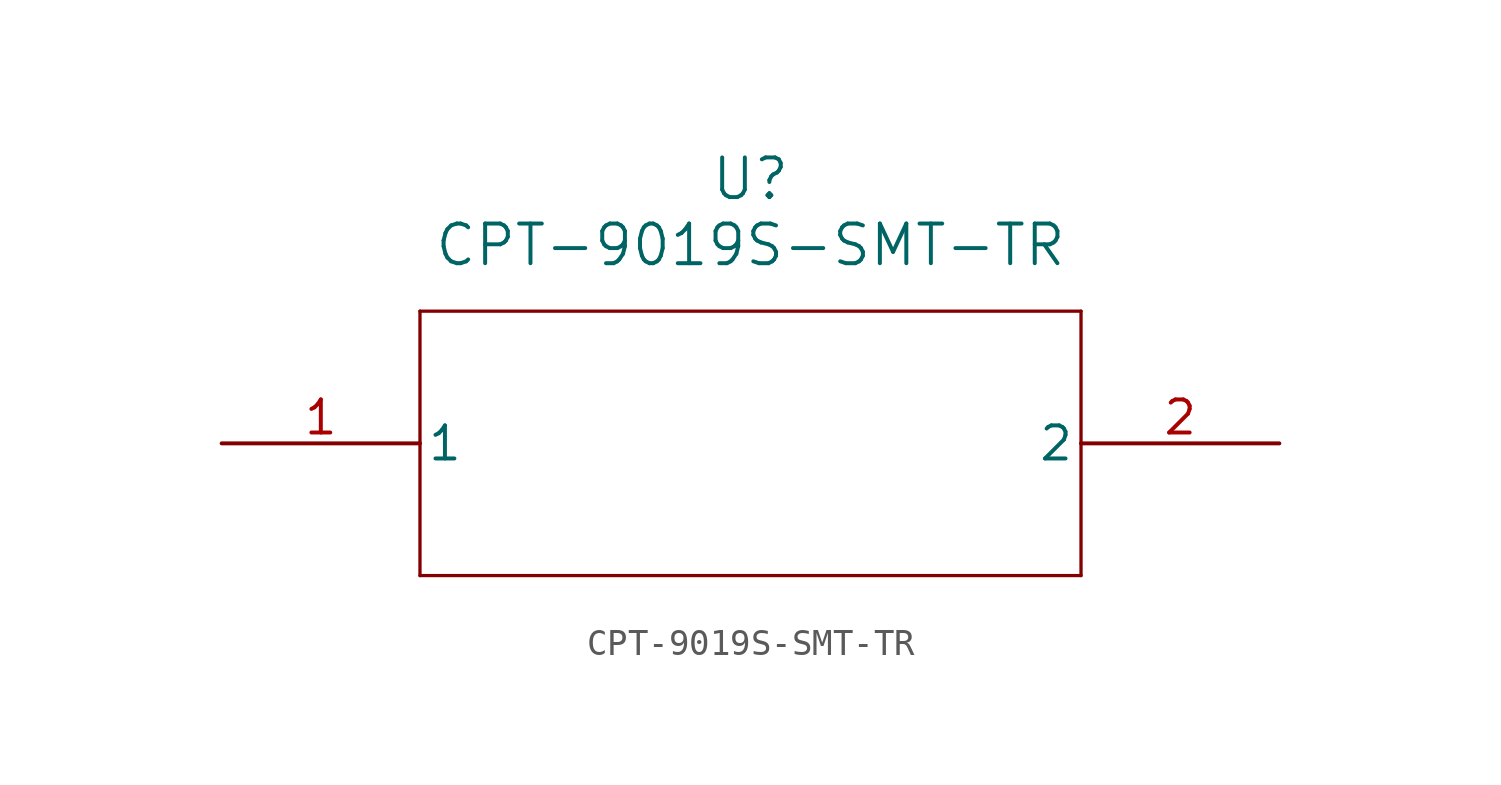
<source format=kicad_sym>
(kicad_symbol_lib
  (version 20211014)
  (generator kicad_symbol_editor)
  (symbol "CPT-9019S-SMT-TR"
    (pin_names
      (offset 0.254))
    (property "Reference" "U"
      (at 20.32 10.16 0)
      (effects (font (size 1.524 1.524))))
    (property "Value" "CPT-9019S-SMT-TR"
      (at 20.32 7.62 0)
      (effects (font (size 1.524 1.524))))
    (symbol "CPT-9019S-SMT-TR_0_1"
      (polyline (pts (xy 7.62 5.08) (xy 7.62 -5.08)) (stroke (width 0.127) (type default) (color 0 0 0 0)) (fill (type none)))
      (polyline (pts (xy 7.62 -5.08) (xy 33.02 -5.08)) (stroke (width 0.127) (type default) (color 0 0 0 0)) (fill (type none)))
      (polyline (pts (xy 33.02 -5.08) (xy 33.02 5.08)) (stroke (width 0.127) (type default) (color 0 0 0 0)) (fill (type none)))
      (polyline (pts (xy 33.02 5.08) (xy 7.62 5.08)) (stroke (width 0.127) (type default) (color 0 0 0 0)) (fill (type none)))
      (pin unspecified line (at 0 0 0) (length 7.62) (name "1" (effects (font (size 1.27 1.27)))) (number "1" (effects (font (size 1.27 1.27)))))
      (pin unspecified line (at 40.64 0 180) (length 7.62) (name "2" (effects (font (size 1.27 1.27)))) (number "2" (effects (font (size 1.27 1.27))))))))
</source>
